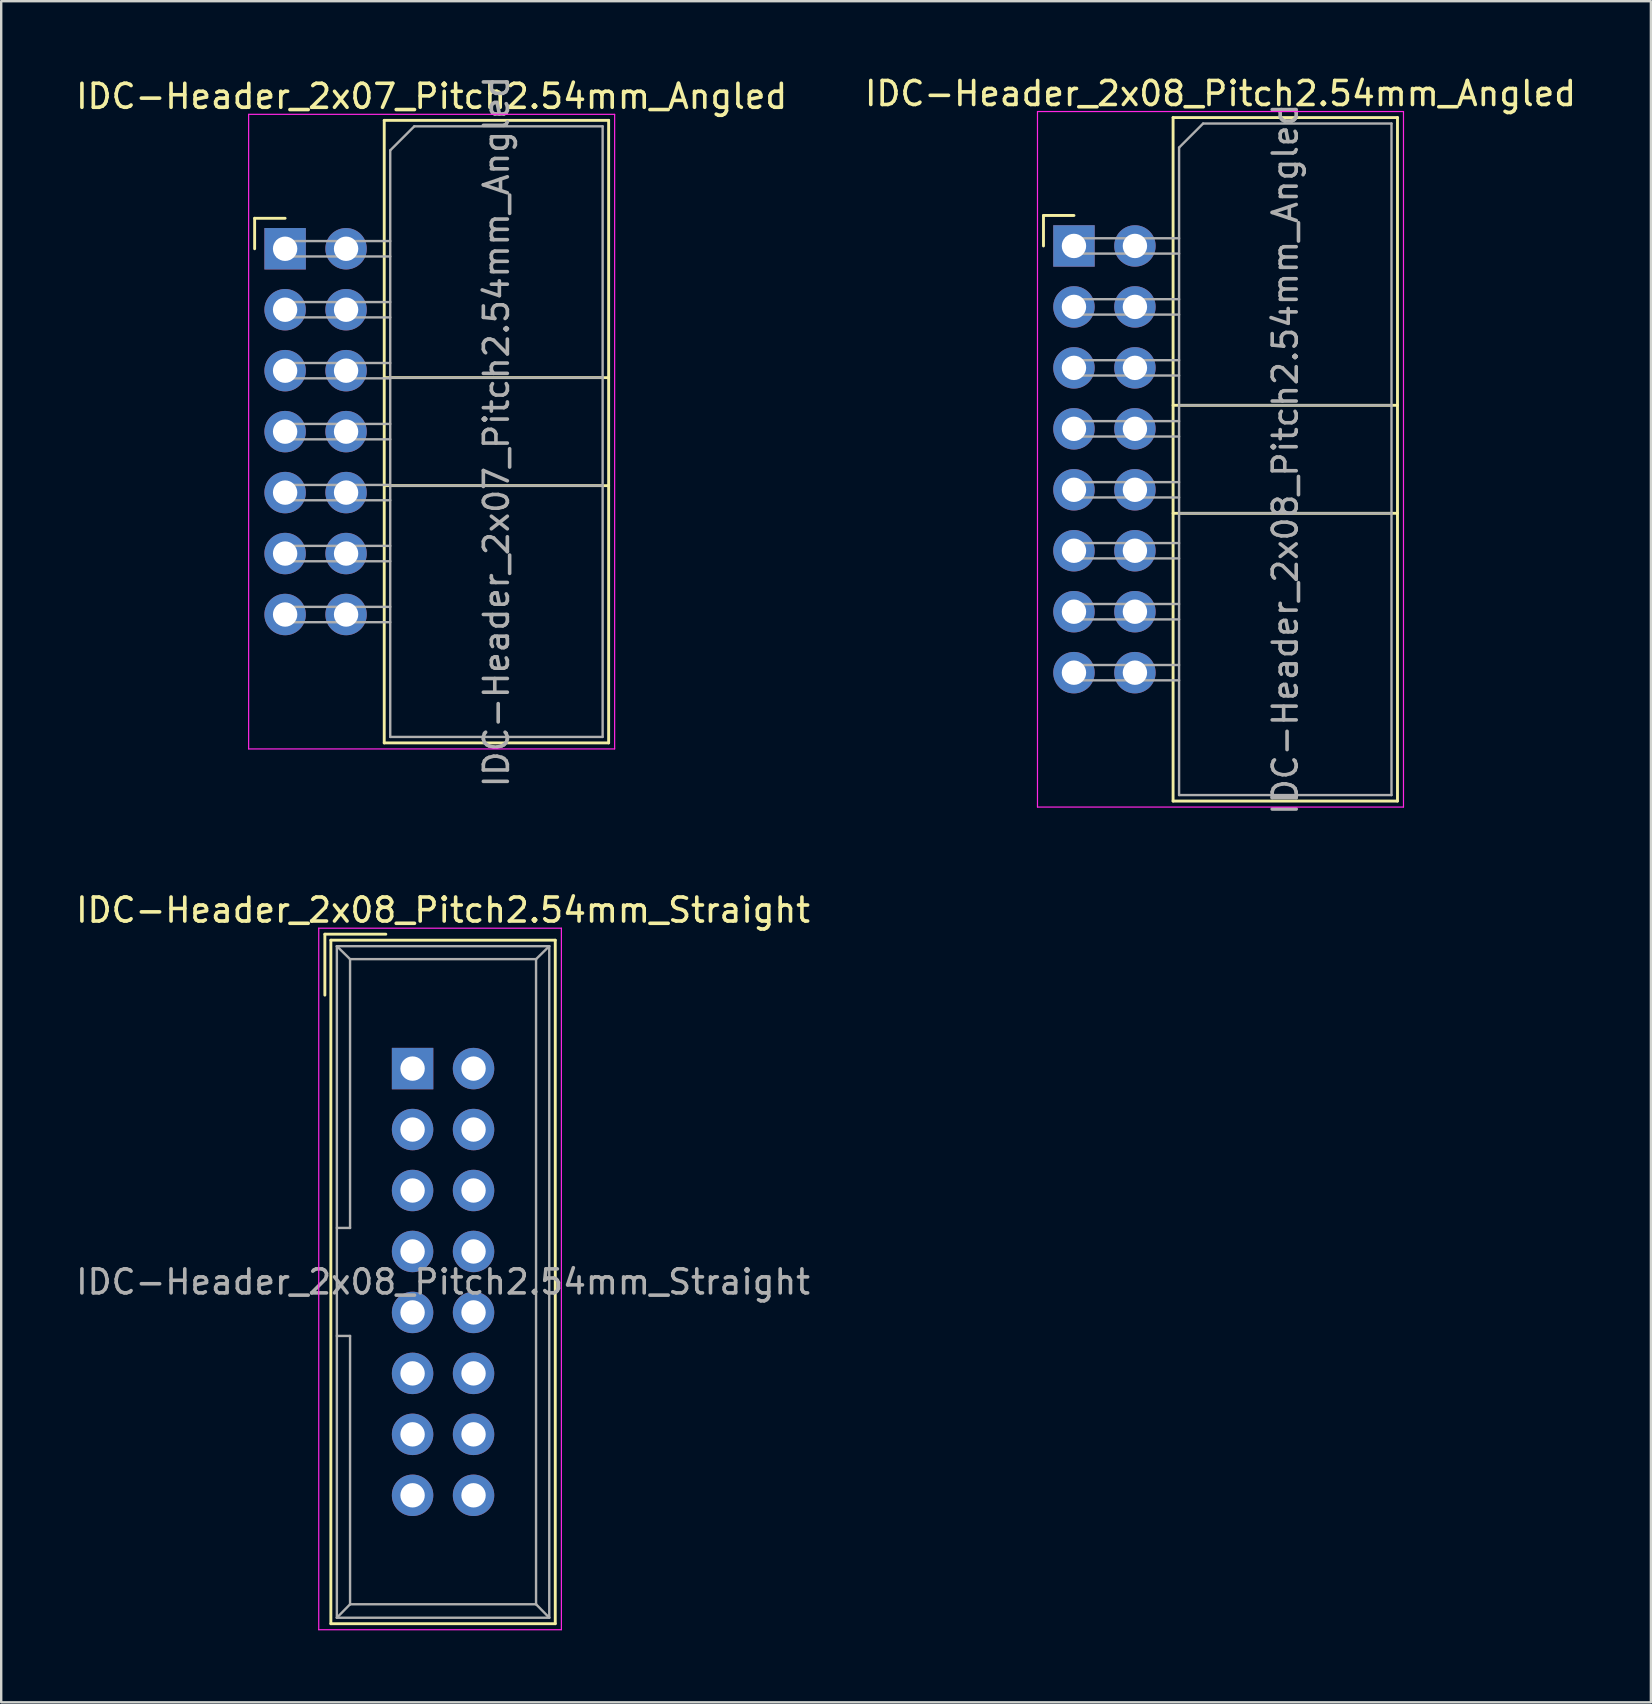
<source format=kicad_pcb>
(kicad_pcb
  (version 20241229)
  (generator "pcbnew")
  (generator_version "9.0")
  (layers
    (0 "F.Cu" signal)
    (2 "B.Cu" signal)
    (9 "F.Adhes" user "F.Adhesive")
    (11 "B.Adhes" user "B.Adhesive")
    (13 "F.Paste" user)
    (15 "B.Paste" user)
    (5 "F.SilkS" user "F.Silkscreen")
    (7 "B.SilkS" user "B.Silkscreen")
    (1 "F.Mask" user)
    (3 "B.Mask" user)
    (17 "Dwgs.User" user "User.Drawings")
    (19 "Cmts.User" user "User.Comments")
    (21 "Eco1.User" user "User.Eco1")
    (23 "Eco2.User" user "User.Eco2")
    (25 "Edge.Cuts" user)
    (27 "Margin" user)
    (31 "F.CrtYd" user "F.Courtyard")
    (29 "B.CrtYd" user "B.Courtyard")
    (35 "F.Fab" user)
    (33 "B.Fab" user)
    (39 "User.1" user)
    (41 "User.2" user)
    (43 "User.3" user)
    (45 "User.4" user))
  (footprint "IDC-Header_2x08_Pitch2.54mm_Straight"
    (layer "F.Cu")
    (at 14.141 41.475)
    (property "Reference" "IDC-Header_2x08_Pitch2.54mm_Straight" (at 1.27 -6.604 0) (layer "F.SilkS") (effects (font (size 1 1) (thickness 0.15))))
    (attr through_hole)
    (fp_line (start -3.655 -5.6) (end -3.655 -3.06) (stroke (width 0.12) (type solid)) (layer "F.SilkS"))
    (fp_line (start -3.655 -5.6) (end -1.115 -5.6) (stroke (width 0.12) (type solid)) (layer "F.SilkS"))
    (fp_line (start -3.405 -5.35) (end 5.945 -5.35) (stroke (width 0.12) (type solid)) (layer "F.SilkS"))
    (fp_line (start -3.405 23.13) (end -3.405 -5.35) (stroke (width 0.12) (type solid)) (layer "F.SilkS"))
    (fp_line (start 5.945 -5.35) (end 5.945 23.13) (stroke (width 0.12) (type solid)) (layer "F.SilkS"))
    (fp_line (start 5.945 23.13) (end -3.405 23.13) (stroke (width 0.12) (type solid)) (layer "F.SilkS"))
    (fp_line (start -3.91 -5.85) (end 6.2 -5.85) (stroke (width 0.05) (type solid)) (layer "F.CrtYd"))
    (fp_line (start -3.91 23.38) (end -3.91 -5.85) (stroke (width 0.05) (type solid)) (layer "F.CrtYd"))
    (fp_line (start 6.2 -5.85) (end 6.2 23.38) (stroke (width 0.05) (type solid)) (layer "F.CrtYd"))
    (fp_line (start 6.2 23.38) (end -3.91 23.38) (stroke (width 0.05) (type solid)) (layer "F.CrtYd"))
    (fp_line (start -3.155 -5.1) (end -3.155 22.88) (stroke (width 0.1) (type solid)) (layer "F.Fab"))
    (fp_line (start -3.155 -5.1) (end -2.605 -4.56) (stroke (width 0.1) (type solid)) (layer "F.Fab"))
    (fp_line (start -3.155 22.88) (end -2.605 22.32) (stroke (width 0.1) (type solid)) (layer "F.Fab"))
    (fp_line (start -2.605 -4.56) (end -2.605 6.64) (stroke (width 0.1) (type solid)) (layer "F.Fab"))
    (fp_line (start -2.605 6.64) (end -3.155 6.64) (stroke (width 0.1) (type solid)) (layer "F.Fab"))
    (fp_line (start -2.605 11.14) (end -3.155 11.14) (stroke (width 0.1) (type solid)) (layer "F.Fab"))
    (fp_line (start -2.605 11.14) (end -2.605 22.32) (stroke (width 0.1) (type solid)) (layer "F.Fab"))
    (fp_line (start 5.145 -4.56) (end -2.605 -4.56) (stroke (width 0.1) (type solid)) (layer "F.Fab"))
    (fp_line (start 5.145 -4.56) (end 5.145 22.32) (stroke (width 0.1) (type solid)) (layer "F.Fab"))
    (fp_line (start 5.145 22.32) (end -2.605 22.32) (stroke (width 0.1) (type solid)) (layer "F.Fab"))
    (fp_line (start 5.695 -5.1) (end -3.155 -5.1) (stroke (width 0.1) (type solid)) (layer "F.Fab"))
    (fp_line (start 5.695 -5.1) (end 5.145 -4.56) (stroke (width 0.1) (type solid)) (layer "F.Fab"))
    (fp_line (start 5.695 -5.1) (end 5.695 22.88) (stroke (width 0.1) (type solid)) (layer "F.Fab"))
    (fp_line (start 5.695 22.88) (end -3.155 22.88) (stroke (width 0.1) (type solid)) (layer "F.Fab"))
    (fp_line (start 5.695 22.88) (end 5.145 22.32) (stroke (width 0.1) (type solid)) (layer "F.Fab"))
    (fp_text user "${REFERENCE}" (at 1.27 8.89 0) (layer "F.Fab") (effects (font (size 1 1) (thickness 0.15))))
    (pad "1" thru_hole rect (at 0 0) (size 1.727 1.727) (drill 1.016) (layers "*.Cu" "*.Mask"))
    (pad "2" thru_hole oval (at 2.54 0) (size 1.727 1.727) (drill 1.016) (layers "*.Cu" "*.Mask"))
    (pad "3" thru_hole oval (at 0 2.54) (size 1.727 1.727) (drill 1.016) (layers "*.Cu" "*.Mask"))
    (pad "4" thru_hole oval (at 2.54 2.54) (size 1.727 1.727) (drill 1.016) (layers "*.Cu" "*.Mask"))
    (pad "5" thru_hole oval (at 0 5.08) (size 1.727 1.727) (drill 1.016) (layers "*.Cu" "*.Mask"))
    (pad "6" thru_hole oval (at 2.54 5.08) (size 1.727 1.727) (drill 1.016) (layers "*.Cu" "*.Mask"))
    (pad "7" thru_hole oval (at 0 7.62) (size 1.727 1.727) (drill 1.016) (layers "*.Cu" "*.Mask"))
    (pad "8" thru_hole oval (at 2.54 7.62) (size 1.727 1.727) (drill 1.016) (layers "*.Cu" "*.Mask"))
    (pad "9" thru_hole oval (at 0 10.16) (size 1.727 1.727) (drill 1.016) (layers "*.Cu" "*.Mask"))
    (pad "10" thru_hole oval (at 2.54 10.16) (size 1.727 1.727) (drill 1.016) (layers "*.Cu" "*.Mask"))
    (pad "11" thru_hole oval (at 0 12.7) (size 1.727 1.727) (drill 1.016) (layers "*.Cu" "*.Mask"))
    (pad "12" thru_hole oval (at 2.54 12.7) (size 1.727 1.727) (drill 1.016) (layers "*.Cu" "*.Mask"))
    (pad "13" thru_hole oval (at 0 15.24) (size 1.727 1.727) (drill 1.016) (layers "*.Cu" "*.Mask"))
    (pad "14" thru_hole oval (at 2.54 15.24) (size 1.727 1.727) (drill 1.016) (layers "*.Cu" "*.Mask"))
    (pad "15" thru_hole oval (at 0 17.78) (size 1.727 1.727) (drill 1.016) (layers "*.Cu" "*.Mask"))
    (pad "16" thru_hole oval (at 2.54 17.78) (size 1.727 1.727) (drill 1.016) (layers "*.Cu" "*.Mask")))
  (footprint "IDC-Header_2x07_Pitch2.54mm_Angled"
    (layer "F.Cu")
    (at 8.83 7.315)
    (property "Reference" "IDC-Header_2x07_Pitch2.54mm_Angled" (at 6.105 -6.35 0) (layer "F.SilkS") (effects (font (size 1 1) (thickness 0.15))))
    (attr through_hole)
    (fp_line (start -1.27 -1.27) (end -1.27 0) (stroke (width 0.12) (type solid)) (layer "F.SilkS"))
    (fp_line (start 0 -1.27) (end -1.27 -1.27) (stroke (width 0.12) (type solid)) (layer "F.SilkS"))
    (fp_line (start 4.13 -5.35) (end 13.48 -5.35) (stroke (width 0.12) (type solid)) (layer "F.SilkS"))
    (fp_line (start 4.13 5.37) (end 13.48 5.37) (stroke (width 0.12) (type solid)) (layer "F.SilkS"))
    (fp_line (start 4.13 9.87) (end 13.48 9.87) (stroke (width 0.12) (type solid)) (layer "F.SilkS"))
    (fp_line (start 4.13 20.59) (end 4.13 -5.35) (stroke (width 0.12) (type solid)) (layer "F.SilkS"))
    (fp_line (start 4.13 20.59) (end 13.48 20.59) (stroke (width 0.12) (type solid)) (layer "F.SilkS"))
    (fp_line (start 13.48 -5.35) (end 13.48 20.59) (stroke (width 0.12) (type solid)) (layer "F.SilkS"))
    (fp_line (start -1.52 -5.6) (end 13.73 -5.6) (stroke (width 0.05) (type solid)) (layer "F.CrtYd"))
    (fp_line (start -1.52 20.84) (end -1.52 -5.6) (stroke (width 0.05) (type solid)) (layer "F.CrtYd"))
    (fp_line (start 13.73 -5.6) (end 13.73 20.84) (stroke (width 0.05) (type solid)) (layer "F.CrtYd"))
    (fp_line (start 13.73 20.84) (end -1.52 20.84) (stroke (width 0.05) (type solid)) (layer "F.CrtYd"))
    (fp_line (start -0.32 -0.32) (end -0.32 0.32) (stroke (width 0.1) (type solid)) (layer "F.Fab"))
    (fp_line (start -0.32 0.32) (end 4.38 0.32) (stroke (width 0.1) (type solid)) (layer "F.Fab"))
    (fp_line (start -0.32 2.22) (end -0.32 2.86) (stroke (width 0.1) (type solid)) (layer "F.Fab"))
    (fp_line (start -0.32 2.86) (end 4.38 2.86) (stroke (width 0.1) (type solid)) (layer "F.Fab"))
    (fp_line (start -0.32 4.76) (end -0.32 5.4) (stroke (width 0.1) (type solid)) (layer "F.Fab"))
    (fp_line (start -0.32 5.4) (end 4.38 5.4) (stroke (width 0.1) (type solid)) (layer "F.Fab"))
    (fp_line (start -0.32 7.3) (end -0.32 7.94) (stroke (width 0.1) (type solid)) (layer "F.Fab"))
    (fp_line (start -0.32 7.94) (end 4.38 7.94) (stroke (width 0.1) (type solid)) (layer "F.Fab"))
    (fp_line (start -0.32 9.84) (end -0.32 10.48) (stroke (width 0.1) (type solid)) (layer "F.Fab"))
    (fp_line (start -0.32 10.48) (end 4.38 10.48) (stroke (width 0.1) (type solid)) (layer "F.Fab"))
    (fp_line (start -0.32 12.38) (end -0.32 13.02) (stroke (width 0.1) (type solid)) (layer "F.Fab"))
    (fp_line (start -0.32 13.02) (end 4.38 13.02) (stroke (width 0.1) (type solid)) (layer "F.Fab"))
    (fp_line (start -0.32 14.92) (end -0.32 15.56) (stroke (width 0.1) (type solid)) (layer "F.Fab"))
    (fp_line (start -0.32 15.56) (end 4.38 15.56) (stroke (width 0.1) (type solid)) (layer "F.Fab"))
    (fp_line (start 4.38 -4.1) (end 5.38 -5.1) (stroke (width 0.1) (type solid)) (layer "F.Fab"))
    (fp_line (start 4.38 -0.32) (end -0.32 -0.32) (stroke (width 0.1) (type solid)) (layer "F.Fab"))
    (fp_line (start 4.38 2.22) (end -0.32 2.22) (stroke (width 0.1) (type solid)) (layer "F.Fab"))
    (fp_line (start 4.38 4.76) (end -0.32 4.76) (stroke (width 0.1) (type solid)) (layer "F.Fab"))
    (fp_line (start 4.38 5.37) (end 13.23 5.37) (stroke (width 0.1) (type solid)) (layer "F.Fab"))
    (fp_line (start 4.38 7.3) (end -0.32 7.3) (stroke (width 0.1) (type solid)) (layer "F.Fab"))
    (fp_line (start 4.38 9.84) (end -0.32 9.84) (stroke (width 0.1) (type solid)) (layer "F.Fab"))
    (fp_line (start 4.38 9.87) (end 13.23 9.87) (stroke (width 0.1) (type solid)) (layer "F.Fab"))
    (fp_line (start 4.38 12.38) (end -0.32 12.38) (stroke (width 0.1) (type solid)) (layer "F.Fab"))
    (fp_line (start 4.38 14.92) (end -0.32 14.92) (stroke (width 0.1) (type solid)) (layer "F.Fab"))
    (fp_line (start 4.38 20.34) (end 4.38 -4.1) (stroke (width 0.1) (type solid)) (layer "F.Fab"))
    (fp_line (start 4.38 20.34) (end 13.23 20.34) (stroke (width 0.1) (type solid)) (layer "F.Fab"))
    (fp_line (start 5.38 -5.1) (end 13.23 -5.1) (stroke (width 0.1) (type solid)) (layer "F.Fab"))
    (fp_line (start 13.23 20.34) (end 13.23 -5.1) (stroke (width 0.1) (type solid)) (layer "F.Fab"))
    (fp_text user "${REFERENCE}" (at 8.805 7.62 90) (layer "F.Fab") (effects (font (size 1 1) (thickness 0.15))))
    (pad "1" thru_hole rect (at 0 0) (size 1.727 1.727) (drill 1.016) (layers "*.Cu" "*.Mask"))
    (pad "2" thru_hole oval (at 2.54 0) (size 1.727 1.727) (drill 1.016) (layers "*.Cu" "*.Mask"))
    (pad "3" thru_hole oval (at 0 2.54) (size 1.727 1.727) (drill 1.016) (layers "*.Cu" "*.Mask"))
    (pad "4" thru_hole oval (at 2.54 2.54) (size 1.727 1.727) (drill 1.016) (layers "*.Cu" "*.Mask"))
    (pad "5" thru_hole oval (at 0 5.08) (size 1.727 1.727) (drill 1.016) (layers "*.Cu" "*.Mask"))
    (pad "6" thru_hole oval (at 2.54 5.08) (size 1.727 1.727) (drill 1.016) (layers "*.Cu" "*.Mask"))
    (pad "7" thru_hole oval (at 0 7.62) (size 1.727 1.727) (drill 1.016) (layers "*.Cu" "*.Mask"))
    (pad "8" thru_hole oval (at 2.54 7.62) (size 1.727 1.727) (drill 1.016) (layers "*.Cu" "*.Mask"))
    (pad "9" thru_hole oval (at 0 10.16) (size 1.727 1.727) (drill 1.016) (layers "*.Cu" "*.Mask"))
    (pad "10" thru_hole oval (at 2.54 10.16) (size 1.727 1.727) (drill 1.016) (layers "*.Cu" "*.Mask"))
    (pad "11" thru_hole oval (at 0 12.7) (size 1.727 1.727) (drill 1.016) (layers "*.Cu" "*.Mask"))
    (pad "12" thru_hole oval (at 2.54 12.7) (size 1.727 1.727) (drill 1.016) (layers "*.Cu" "*.Mask"))
    (pad "13" thru_hole oval (at 0 15.24) (size 1.727 1.727) (drill 1.016) (layers "*.Cu" "*.Mask"))
    (pad "14" thru_hole oval (at 2.54 15.24) (size 1.727 1.727) (drill 1.016) (layers "*.Cu" "*.Mask")))
  (footprint "IDC-Header_2x08_Pitch2.54mm_Angled"
    (layer "F.Cu")
    (at 41.699 7.198)
    (property "Reference" "IDC-Header_2x08_Pitch2.54mm_Angled" (at 6.105 -6.35 0) (layer "F.SilkS") (effects (font (size 1 1) (thickness 0.15))))
    (attr through_hole)
    (fp_line (start -1.27 -1.27) (end -1.27 0) (stroke (width 0.12) (type solid)) (layer "F.SilkS"))
    (fp_line (start 0 -1.27) (end -1.27 -1.27) (stroke (width 0.12) (type solid)) (layer "F.SilkS"))
    (fp_line (start 4.13 -5.35) (end 13.48 -5.35) (stroke (width 0.12) (type solid)) (layer "F.SilkS"))
    (fp_line (start 4.13 6.64) (end 13.48 6.64) (stroke (width 0.12) (type solid)) (layer "F.SilkS"))
    (fp_line (start 4.13 11.14) (end 13.48 11.14) (stroke (width 0.12) (type solid)) (layer "F.SilkS"))
    (fp_line (start 4.13 23.13) (end 4.13 -5.35) (stroke (width 0.12) (type solid)) (layer "F.SilkS"))
    (fp_line (start 4.13 23.13) (end 13.48 23.13) (stroke (width 0.12) (type solid)) (layer "F.SilkS"))
    (fp_line (start 13.48 -5.35) (end 13.48 23.13) (stroke (width 0.12) (type solid)) (layer "F.SilkS"))
    (fp_line (start -1.52 -5.6) (end 13.73 -5.6) (stroke (width 0.05) (type solid)) (layer "F.CrtYd"))
    (fp_line (start -1.52 23.38) (end -1.52 -5.6) (stroke (width 0.05) (type solid)) (layer "F.CrtYd"))
    (fp_line (start 13.73 -5.6) (end 13.73 23.38) (stroke (width 0.05) (type solid)) (layer "F.CrtYd"))
    (fp_line (start 13.73 23.38) (end -1.52 23.38) (stroke (width 0.05) (type solid)) (layer "F.CrtYd"))
    (fp_line (start -0.32 -0.32) (end -0.32 0.32) (stroke (width 0.1) (type solid)) (layer "F.Fab"))
    (fp_line (start -0.32 0.32) (end 4.38 0.32) (stroke (width 0.1) (type solid)) (layer "F.Fab"))
    (fp_line (start -0.32 2.22) (end -0.32 2.86) (stroke (width 0.1) (type solid)) (layer "F.Fab"))
    (fp_line (start -0.32 2.86) (end 4.38 2.86) (stroke (width 0.1) (type solid)) (layer "F.Fab"))
    (fp_line (start -0.32 4.76) (end -0.32 5.4) (stroke (width 0.1) (type solid)) (layer "F.Fab"))
    (fp_line (start -0.32 5.4) (end 4.38 5.4) (stroke (width 0.1) (type solid)) (layer "F.Fab"))
    (fp_line (start -0.32 7.3) (end -0.32 7.94) (stroke (width 0.1) (type solid)) (layer "F.Fab"))
    (fp_line (start -0.32 7.94) (end 4.38 7.94) (stroke (width 0.1) (type solid)) (layer "F.Fab"))
    (fp_line (start -0.32 9.84) (end -0.32 10.48) (stroke (width 0.1) (type solid)) (layer "F.Fab"))
    (fp_line (start -0.32 10.48) (end 4.38 10.48) (stroke (width 0.1) (type solid)) (layer "F.Fab"))
    (fp_line (start -0.32 12.38) (end -0.32 13.02) (stroke (width 0.1) (type solid)) (layer "F.Fab"))
    (fp_line (start -0.32 13.02) (end 4.38 13.02) (stroke (width 0.1) (type solid)) (layer "F.Fab"))
    (fp_line (start -0.32 14.92) (end -0.32 15.56) (stroke (width 0.1) (type solid)) (layer "F.Fab"))
    (fp_line (start -0.32 15.56) (end 4.38 15.56) (stroke (width 0.1) (type solid)) (layer "F.Fab"))
    (fp_line (start -0.32 17.46) (end -0.32 18.1) (stroke (width 0.1) (type solid)) (layer "F.Fab"))
    (fp_line (start -0.32 18.1) (end 4.38 18.1) (stroke (width 0.1) (type solid)) (layer "F.Fab"))
    (fp_line (start 4.38 -4.1) (end 5.38 -5.1) (stroke (width 0.1) (type solid)) (layer "F.Fab"))
    (fp_line (start 4.38 -0.32) (end -0.32 -0.32) (stroke (width 0.1) (type solid)) (layer "F.Fab"))
    (fp_line (start 4.38 2.22) (end -0.32 2.22) (stroke (width 0.1) (type solid)) (layer "F.Fab"))
    (fp_line (start 4.38 4.76) (end -0.32 4.76) (stroke (width 0.1) (type solid)) (layer "F.Fab"))
    (fp_line (start 4.38 6.64) (end 13.23 6.64) (stroke (width 0.1) (type solid)) (layer "F.Fab"))
    (fp_line (start 4.38 7.3) (end -0.32 7.3) (stroke (width 0.1) (type solid)) (layer "F.Fab"))
    (fp_line (start 4.38 9.84) (end -0.32 9.84) (stroke (width 0.1) (type solid)) (layer "F.Fab"))
    (fp_line (start 4.38 11.14) (end 13.23 11.14) (stroke (width 0.1) (type solid)) (layer "F.Fab"))
    (fp_line (start 4.38 12.38) (end -0.32 12.38) (stroke (width 0.1) (type solid)) (layer "F.Fab"))
    (fp_line (start 4.38 14.92) (end -0.32 14.92) (stroke (width 0.1) (type solid)) (layer "F.Fab"))
    (fp_line (start 4.38 17.46) (end -0.32 17.46) (stroke (width 0.1) (type solid)) (layer "F.Fab"))
    (fp_line (start 4.38 22.88) (end 4.38 -4.1) (stroke (width 0.1) (type solid)) (layer "F.Fab"))
    (fp_line (start 4.38 22.88) (end 13.23 22.88) (stroke (width 0.1) (type solid)) (layer "F.Fab"))
    (fp_line (start 5.38 -5.1) (end 13.23 -5.1) (stroke (width 0.1) (type solid)) (layer "F.Fab"))
    (fp_line (start 13.23 22.88) (end 13.23 -5.1) (stroke (width 0.1) (type solid)) (layer "F.Fab"))
    (fp_text user "${REFERENCE}" (at 8.805 8.89 90) (layer "F.Fab") (effects (font (size 1 1) (thickness 0.15))))
    (pad "1" thru_hole rect (at 0 0) (size 1.727 1.727) (drill 1.016) (layers "*.Cu" "*.Mask"))
    (pad "2" thru_hole oval (at 2.54 0) (size 1.727 1.727) (drill 1.016) (layers "*.Cu" "*.Mask"))
    (pad "3" thru_hole oval (at 0 2.54) (size 1.727 1.727) (drill 1.016) (layers "*.Cu" "*.Mask"))
    (pad "4" thru_hole oval (at 2.54 2.54) (size 1.727 1.727) (drill 1.016) (layers "*.Cu" "*.Mask"))
    (pad "5" thru_hole oval (at 0 5.08) (size 1.727 1.727) (drill 1.016) (layers "*.Cu" "*.Mask"))
    (pad "6" thru_hole oval (at 2.54 5.08) (size 1.727 1.727) (drill 1.016) (layers "*.Cu" "*.Mask"))
    (pad "7" thru_hole oval (at 0 7.62) (size 1.727 1.727) (drill 1.016) (layers "*.Cu" "*.Mask"))
    (pad "8" thru_hole oval (at 2.54 7.62) (size 1.727 1.727) (drill 1.016) (layers "*.Cu" "*.Mask"))
    (pad "9" thru_hole oval (at 0 10.16) (size 1.727 1.727) (drill 1.016) (layers "*.Cu" "*.Mask"))
    (pad "10" thru_hole oval (at 2.54 10.16) (size 1.727 1.727) (drill 1.016) (layers "*.Cu" "*.Mask"))
    (pad "11" thru_hole oval (at 0 12.7) (size 1.727 1.727) (drill 1.016) (layers "*.Cu" "*.Mask"))
    (pad "12" thru_hole oval (at 2.54 12.7) (size 1.727 1.727) (drill 1.016) (layers "*.Cu" "*.Mask"))
    (pad "13" thru_hole oval (at 0 15.24) (size 1.727 1.727) (drill 1.016) (layers "*.Cu" "*.Mask"))
    (pad "14" thru_hole oval (at 2.54 15.24) (size 1.727 1.727) (drill 1.016) (layers "*.Cu" "*.Mask"))
    (pad "15" thru_hole oval (at 0 17.78) (size 1.727 1.727) (drill 1.016) (layers "*.Cu" "*.Mask"))
    (pad "16" thru_hole oval (at 2.54 17.78) (size 1.727 1.727) (drill 1.016) (layers "*.Cu" "*.Mask")))
  (gr_rect
    (start -3 -3)
    (end 65.738 67.88)
    (stroke (width 0.1) (type default))
    (fill no)
    (layer "Edge.Cuts")))
</source>
